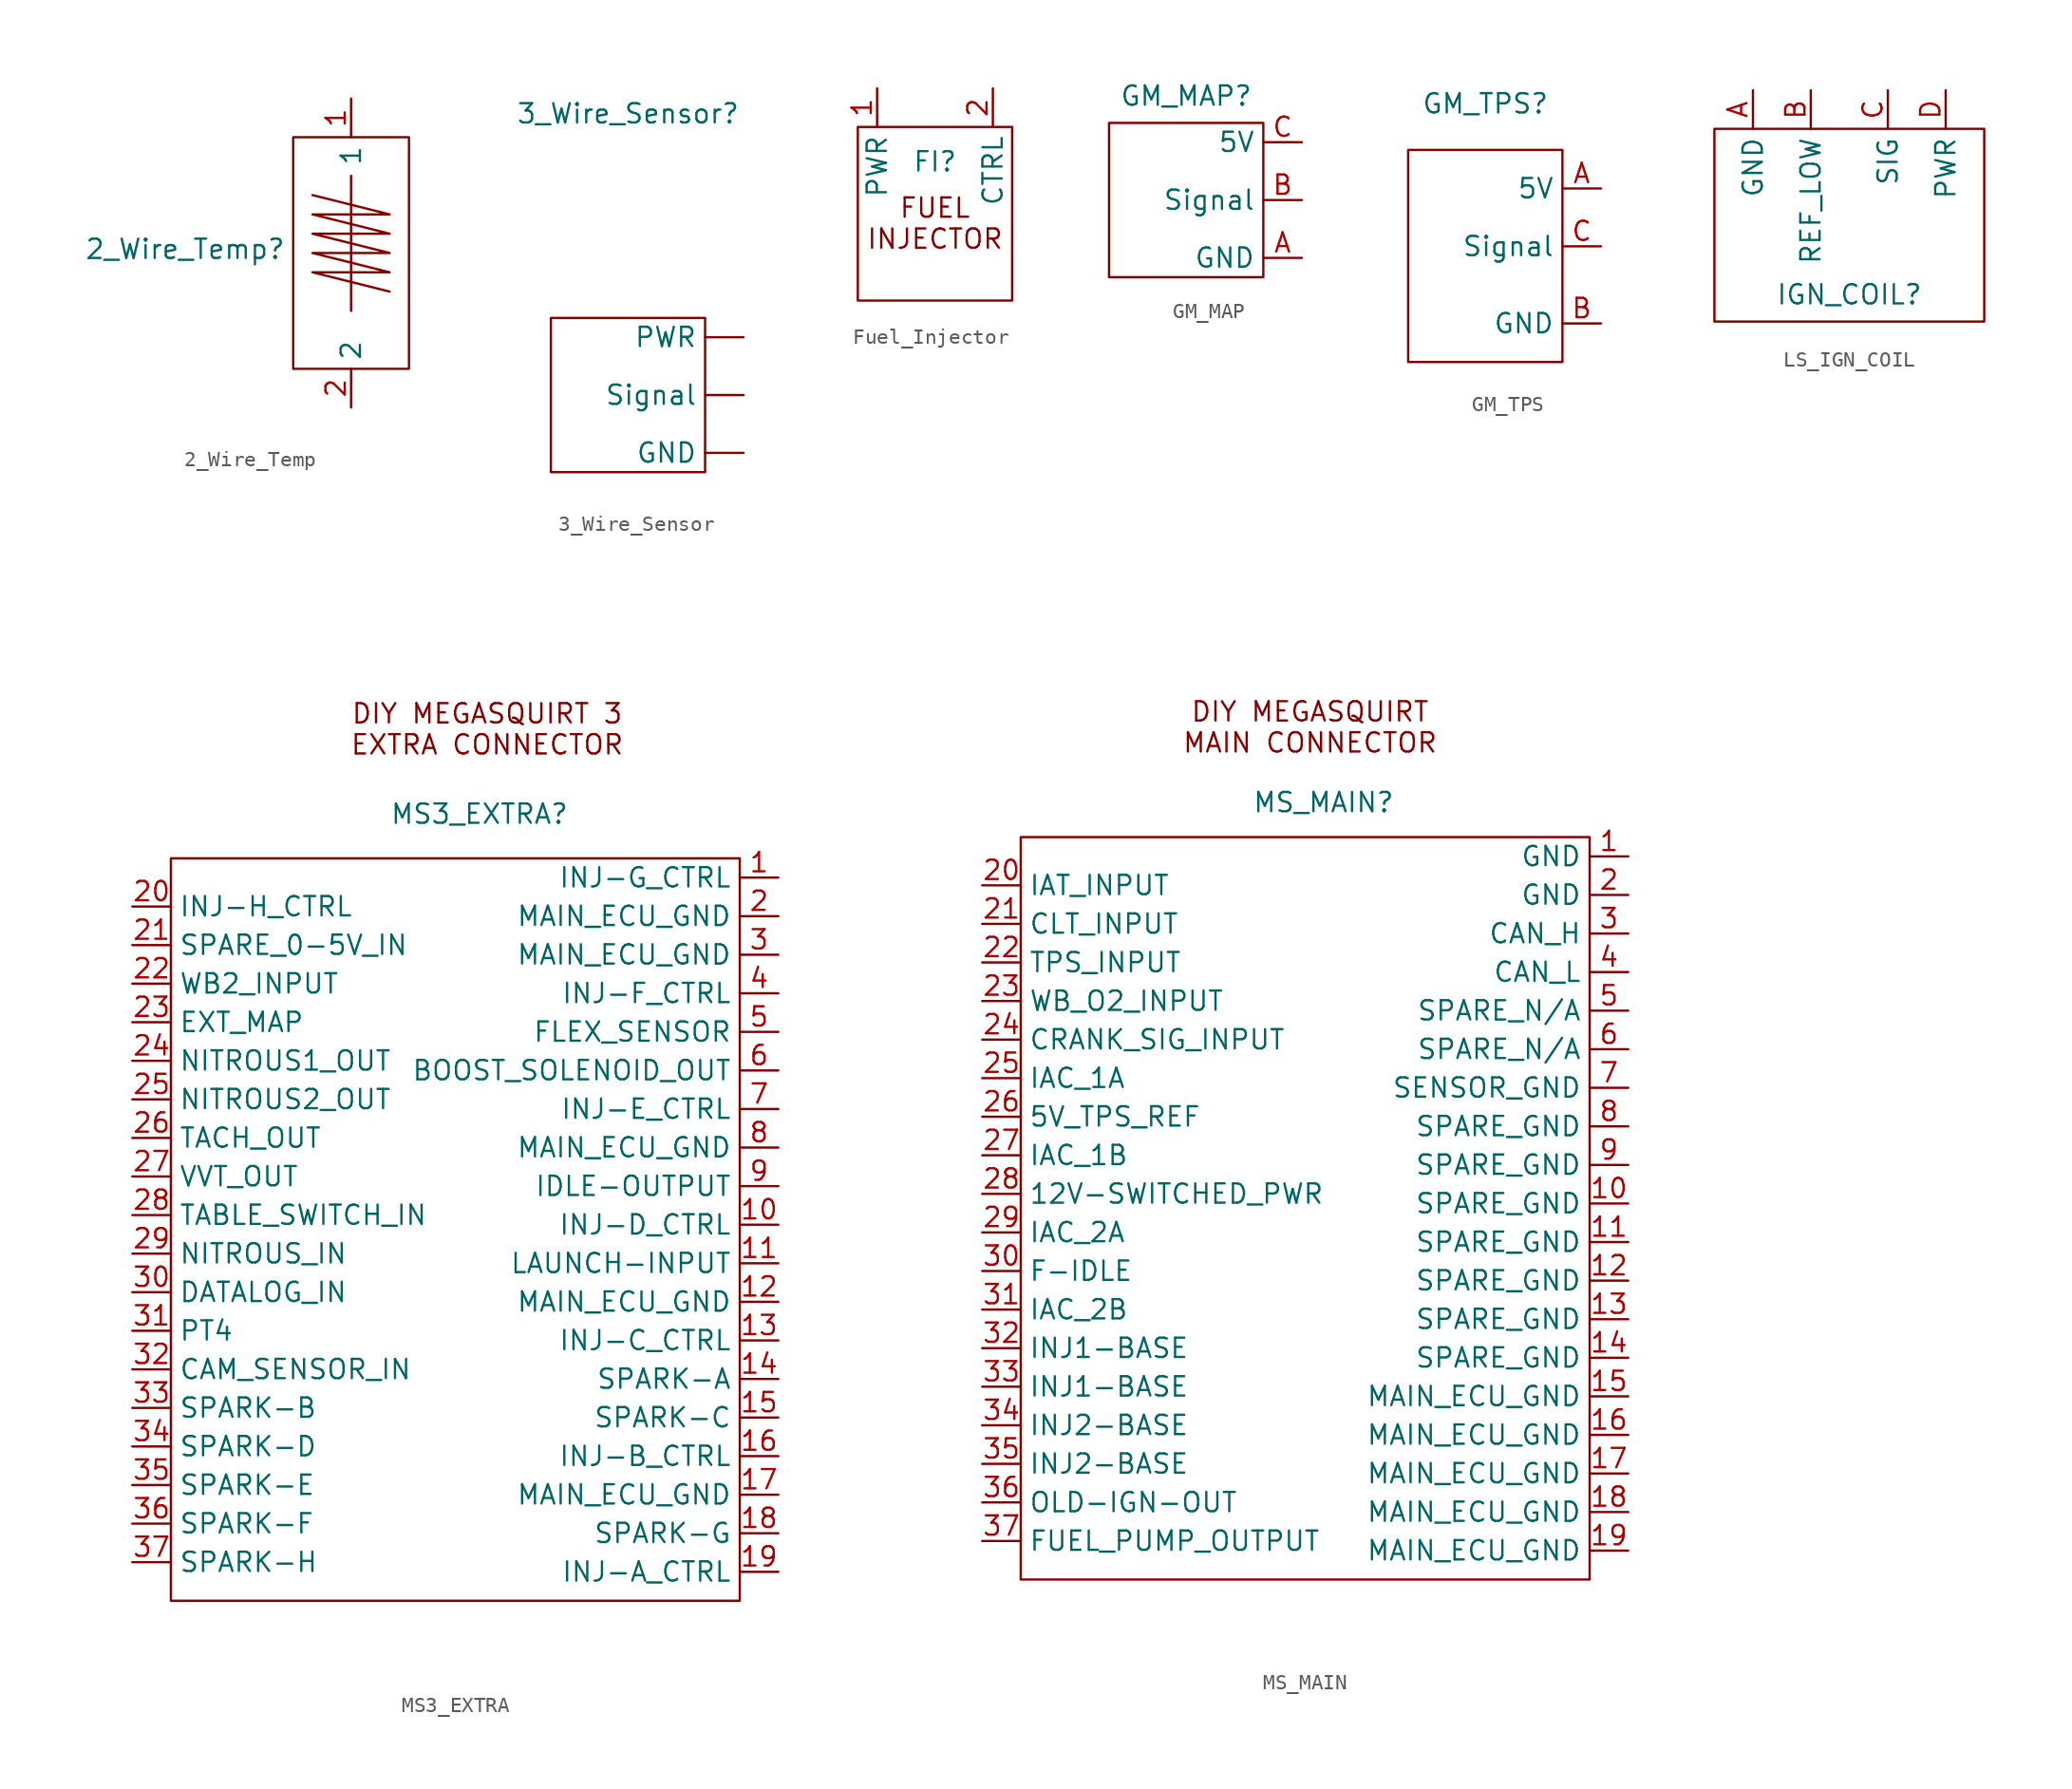
<source format=kicad_sym>
(kicad_symbol_lib
  (version 20241209)
  (generator "kicad_symbol_editor")
  (generator_version "9.0")
  (symbol "2_Wire_Temp"
    (property "Reference" "2_Wire_Temp"
      (at -10.922 0.254 0)
      (effects (font (size 1.27 1.27))))
    (property "Value" ""
      (at 0 0 0)
      (effects (font (size 1.27 1.27))))
    (symbol "2_Wire_Temp_0_1"
      (rectangle (start -3.81 7.62) (end 3.81 -7.62) (stroke (width 0) (type default)) (fill (type none)))
      (polyline (pts (xy -2.54 3.81) (xy 2.54 2.54) (xy -2.54 2.54) (xy 2.54 1.27) (xy -2.54 1.27) (xy 2.54 0) (xy -2.54 0) (xy 2.54 -1.27) (xy -2.54 -1.27) (xy 2.54 -2.54)) (stroke (width 0) (type default)) (fill (type none)))
      (polyline (pts (xy 0 5.08) (xy 0 -3.81)) (stroke (width 0) (type default)) (fill (type none))))
    (symbol "2_Wire_Temp_1_1"
      (pin input line (at 0 10.16 270) (length 2.54) (name "1" (effects (font (size 1.27 1.27)))) (number "1" (effects (font (size 1.27 1.27)))))
      (pin input line (at 0 -10.16 90) (length 2.54) (name "2" (effects (font (size 1.27 1.27)))) (number "2" (effects (font (size 1.27 1.27)))))))
  (symbol "3_Wire_Sensor"
    (property "Reference" "3_Wire_Sensor"
      (at 0 18.542 0)
      (effects (font (size 1.27 1.27))))
    (property "Value" ""
      (at 0 0 0)
      (effects (font (size 1.27 1.27))))
    (symbol "3_Wire_Sensor_0_1"
      (rectangle (start -5.08 5.08) (end 5.08 -5.08) (stroke (width 0) (type default)) (fill (type none))))
    (symbol "3_Wire_Sensor_1_1"
      (pin input line (at 7.62 3.81 180) (length 2.54) (name "PWR" (effects (font (size 1.27 1.27)))) (number "" (effects (font (size 1.27 1.27)))))
      (pin input line (at 7.62 0 180) (length 2.54) (name "Signal" (effects (font (size 1.27 1.27)))) (number "" (effects (font (size 1.27 1.27)))))
      (pin input line (at 7.62 -3.81 180) (length 2.54) (name "GND" (effects (font (size 1.27 1.27)))) (number "" (effects (font (size 1.27 1.27)))))))
  (symbol "Fuel_Injector"
    (property "Reference" "FI"
      (at 0 2.794 0)
      (effects (font (size 1.27 1.27))))
    (property "Value" ""
      (at 0 0 0)
      (effects (font (size 1.27 1.27))))
    (symbol "Fuel_Injector_0_1"
      (rectangle (start -5.08 5.08) (end 5.08 -6.35) (stroke (width 0) (type default)) (fill (type none))))
    (symbol "Fuel_Injector_1_1"
      (text "FUEL\nINJECTOR" (at 0 -1.27 0) (effects (font (size 1.27 1.27))))
      (pin input line (at -3.81 7.62 270) (length 2.54) (name "PWR" (effects (font (size 1.27 1.27)))) (number "1" (effects (font (size 1.27 1.27)))))
      (pin input line (at 3.81 7.62 270) (length 2.54) (name "CTRL" (effects (font (size 1.27 1.27)))) (number "2" (effects (font (size 1.27 1.27)))))))
  (symbol "GM_MAP"
    (property "Reference" "GM_MAP"
      (at 0 6.858 0)
      (effects (font (size 1.27 1.27))))
    (property "Value" ""
      (at 0 0 0)
      (effects (font (size 1.27 1.27))))
    (symbol "GM_MAP_0_1"
      (rectangle (start -5.08 5.08) (end 5.08 -5.08) (stroke (width 0) (type default)) (fill (type none))))
    (symbol "GM_MAP_1_1"
      (pin input line (at 7.62 3.81 180) (length 2.54) (name "5V" (effects (font (size 1.27 1.27)))) (number "C" (effects (font (size 1.27 1.27)))))
      (pin input line (at 7.62 0 180) (length 2.54) (name "Signal" (effects (font (size 1.27 1.27)))) (number "B" (effects (font (size 1.27 1.27)))))
      (pin input line (at 7.62 -3.81 180) (length 2.54) (name "GND" (effects (font (size 1.27 1.27)))) (number "A" (effects (font (size 1.27 1.27)))))))
  (symbol "GM_TPS"
    (property "Reference" "GM_TPS"
      (at 0 9.398 0)
      (effects (font (size 1.27 1.27))))
    (property "Value" ""
      (at 0 0 0)
      (effects (font (size 1.27 1.27))))
    (symbol "GM_TPS_0_1"
      (rectangle (start -5.08 6.35) (end 5.08 -7.62) (stroke (width 0) (type default)) (fill (type none))))
    (symbol "GM_TPS_1_1"
      (pin input line (at 7.62 3.81 180) (length 2.54) (name "5V" (effects (font (size 1.27 1.27)))) (number "A" (effects (font (size 1.27 1.27)))))
      (pin input line (at 7.62 0 180) (length 2.54) (name "Signal" (effects (font (size 1.27 1.27)))) (number "C" (effects (font (size 1.27 1.27)))))
      (pin input line (at 7.62 -5.08 180) (length 2.54) (name "GND" (effects (font (size 1.27 1.27)))) (number "B" (effects (font (size 1.27 1.27)))))))
  (symbol "LS_IGN_COIL"
    (property "Reference" "IGN_COIL"
      (at 0 -4.572 0)
      (effects (font (size 1.27 1.27))))
    (property "Value" ""
      (at 0 0 0)
      (effects (font (size 1.27 1.27))))
    (symbol "LS_IGN_COIL_0_1"
      (rectangle (start -8.89 6.35) (end 8.89 -6.35) (stroke (width 0) (type default)) (fill (type none))))
    (symbol "LS_IGN_COIL_1_1"
      (pin input line (at -6.35 8.89 270) (length 2.54) (name "GND" (effects (font (size 1.27 1.27)))) (number "A" (effects (font (size 1.27 1.27)))))
      (pin input line (at -2.54 8.89 270) (length 2.54) (name "REF_LOW" (effects (font (size 1.27 1.27)))) (number "B" (effects (font (size 1.27 1.27)))))
      (pin input line (at 2.54 8.89 270) (length 2.54) (name "SIG" (effects (font (size 1.27 1.27)))) (number "C" (effects (font (size 1.27 1.27)))))
      (pin input line (at 6.35 8.89 270) (length 2.54) (name "PWR" (effects (font (size 1.27 1.27)))) (number "D" (effects (font (size 1.27 1.27)))))))
  (symbol "MS3_EXTRA"
    (property "Reference" "MS3_EXTRA"
      (at 0 27.686 0)
      (effects (font (size 1.27 1.27))))
    (property "Value" ""
      (at 0 0 0)
      (effects (font (size 1.27 1.27))))
    (symbol "MS3_EXTRA_0_1"
      (rectangle (start -20.32 24.765) (end 17.145 -24.13) (stroke (width 0) (type default)) (fill (type none))))
    (symbol "MS3_EXTRA_1_1"
      (text "DIY MEGASQUIRT 3\nEXTRA CONNECTOR" (at 0.508 33.274 0) (effects (font (size 1.27 1.27))))
      (pin input line (at -22.86 21.59 0) (length 2.54) (name "INJ-H_CTRL" (effects (font (size 1.27 1.27)))) (number "20" (effects (font (size 1.27 1.27)))))
      (pin input line (at -22.86 19.05 0) (length 2.54) (name "SPARE_0-5V_IN" (effects (font (size 1.27 1.27)))) (number "21" (effects (font (size 1.27 1.27)))))
      (pin input line (at -22.86 16.51 0) (length 2.54) (name "WB2_INPUT" (effects (font (size 1.27 1.27)))) (number "22" (effects (font (size 1.27 1.27)))))
      (pin input line (at -22.86 13.97 0) (length 2.54) (name "EXT_MAP" (effects (font (size 1.27 1.27)))) (number "23" (effects (font (size 1.27 1.27)))))
      (pin input line (at -22.86 11.43 0) (length 2.54) (name "NITROUS1_OUT" (effects (font (size 1.27 1.27)))) (number "24" (effects (font (size 1.27 1.27)))))
      (pin input line (at -22.86 8.89 0) (length 2.54) (name "NITROUS2_OUT" (effects (font (size 1.27 1.27)))) (number "25" (effects (font (size 1.27 1.27)))))
      (pin input line (at -22.86 6.35 0) (length 2.54) (name "TACH_OUT" (effects (font (size 1.27 1.27)))) (number "26" (effects (font (size 1.27 1.27)))))
      (pin input line (at -22.86 3.81 0) (length 2.54) (name "VVT_OUT" (effects (font (size 1.27 1.27)))) (number "27" (effects (font (size 1.27 1.27)))))
      (pin input line (at -22.86 1.27 0) (length 2.54) (name "TABLE_SWITCH_IN" (effects (font (size 1.27 1.27)))) (number "28" (effects (font (size 1.27 1.27)))))
      (pin input line (at -22.86 -1.27 0) (length 2.54) (name "NITROUS_IN" (effects (font (size 1.27 1.27)))) (number "29" (effects (font (size 1.27 1.27)))))
      (pin input line (at -22.86 -3.81 0) (length 2.54) (name "DATALOG_IN" (effects (font (size 1.27 1.27)))) (number "30" (effects (font (size 1.27 1.27)))))
      (pin input line (at -22.86 -6.35 0) (length 2.54) (name "PT4" (effects (font (size 1.27 1.27)))) (number "31" (effects (font (size 1.27 1.27)))))
      (pin input line (at -22.86 -8.89 0) (length 2.54) (name "CAM_SENSOR_IN" (effects (font (size 1.27 1.27)))) (number "32" (effects (font (size 1.27 1.27)))))
      (pin input line (at -22.86 -11.43 0) (length 2.54) (name "SPARK-B" (effects (font (size 1.27 1.27)))) (number "33" (effects (font (size 1.27 1.27)))))
      (pin input line (at -22.86 -13.97 0) (length 2.54) (name "SPARK-D" (effects (font (size 1.27 1.27)))) (number "34" (effects (font (size 1.27 1.27)))))
      (pin input line (at -22.86 -16.51 0) (length 2.54) (name "SPARK-E" (effects (font (size 1.27 1.27)))) (number "35" (effects (font (size 1.27 1.27)))))
      (pin input line (at -22.86 -19.05 0) (length 2.54) (name "SPARK-F" (effects (font (size 1.27 1.27)))) (number "36" (effects (font (size 1.27 1.27)))))
      (pin input line (at -22.86 -21.59 0) (length 2.54) (name "SPARK-H" (effects (font (size 1.27 1.27)))) (number "37" (effects (font (size 1.27 1.27)))))
      (pin input line (at 19.685 23.495 180) (length 2.54) (name "INJ-G_CTRL" (effects (font (size 1.27 1.27)))) (number "1" (effects (font (size 1.27 1.27)))))
      (pin input line (at 19.685 20.955 180) (length 2.54) (name "MAIN_ECU_GND" (effects (font (size 1.27 1.27)))) (number "2" (effects (font (size 1.27 1.27)))))
      (pin input line (at 19.685 18.415 180) (length 2.54) (name "MAIN_ECU_GND" (effects (font (size 1.27 1.27)))) (number "3" (effects (font (size 1.27 1.27)))))
      (pin input line (at 19.685 15.875 180) (length 2.54) (name "INJ-F_CTRL" (effects (font (size 1.27 1.27)))) (number "4" (effects (font (size 1.27 1.27)))))
      (pin input line (at 19.685 13.335 180) (length 2.54) (name "FLEX_SENSOR" (effects (font (size 1.27 1.27)))) (number "5" (effects (font (size 1.27 1.27)))))
      (pin input line (at 19.685 10.795 180) (length 2.54) (name "BOOST_SOLENOID_OUT" (effects (font (size 1.27 1.27)))) (number "6" (effects (font (size 1.27 1.27)))))
      (pin input line (at 19.685 8.255 180) (length 2.54) (name "INJ-E_CTRL" (effects (font (size 1.27 1.27)))) (number "7" (effects (font (size 1.27 1.27)))))
      (pin input line (at 19.685 5.715 180) (length 2.54) (name "MAIN_ECU_GND" (effects (font (size 1.27 1.27)))) (number "8" (effects (font (size 1.27 1.27)))))
      (pin input line (at 19.685 3.175 180) (length 2.54) (name "IDLE-OUTPUT" (effects (font (size 1.27 1.27)))) (number "9" (effects (font (size 1.27 1.27)))))
      (pin input line (at 19.685 0.635 180) (length 2.54) (name "INJ-D_CTRL" (effects (font (size 1.27 1.27)))) (number "10" (effects (font (size 1.27 1.27)))))
      (pin input line (at 19.685 -1.905 180) (length 2.54) (name "LAUNCH-INPUT" (effects (font (size 1.27 1.27)))) (number "11" (effects (font (size 1.27 1.27)))))
      (pin input line (at 19.685 -4.445 180) (length 2.54) (name "MAIN_ECU_GND" (effects (font (size 1.27 1.27)))) (number "12" (effects (font (size 1.27 1.27)))))
      (pin input line (at 19.685 -6.985 180) (length 2.54) (name "INJ-C_CTRL" (effects (font (size 1.27 1.27)))) (number "13" (effects (font (size 1.27 1.27)))))
      (pin input line (at 19.685 -9.525 180) (length 2.54) (name "SPARK-A" (effects (font (size 1.27 1.27)))) (number "14" (effects (font (size 1.27 1.27)))))
      (pin input line (at 19.685 -12.065 180) (length 2.54) (name "SPARK-C" (effects (font (size 1.27 1.27)))) (number "15" (effects (font (size 1.27 1.27)))))
      (pin input line (at 19.685 -14.605 180) (length 2.54) (name "INJ-B_CTRL" (effects (font (size 1.27 1.27)))) (number "16" (effects (font (size 1.27 1.27)))))
      (pin input line (at 19.685 -17.145 180) (length 2.54) (name "MAIN_ECU_GND" (effects (font (size 1.27 1.27)))) (number "17" (effects (font (size 1.27 1.27)))))
      (pin input line (at 19.685 -19.685 180) (length 2.54) (name "SPARK-G" (effects (font (size 1.27 1.27)))) (number "18" (effects (font (size 1.27 1.27)))))
      (pin input line (at 19.685 -22.225 180) (length 2.54) (name "INJ-A_CTRL" (effects (font (size 1.27 1.27)))) (number "19" (effects (font (size 1.27 1.27)))))))
  (symbol "MS_MAIN"
    (property "Reference" "MS_MAIN"
      (at 0.889 25.781 0)
      (effects (font (size 1.27 1.27))))
    (property "Value" ""
      (at 0 0 0)
      (effects (font (size 1.27 1.27))))
    (symbol "MS_MAIN_0_1"
      (rectangle (start -19.05 23.495) (end 18.415 -25.4) (stroke (width 0) (type default)) (fill (type none))))
    (symbol "MS_MAIN_1_1"
      (text "DIY MEGASQUIRT\nMAIN CONNECTOR" (at 0 30.734 0) (effects (font (size 1.27 1.27))))
      (pin input line (at -21.59 20.32 0) (length 2.54) (name "IAT_INPUT" (effects (font (size 1.27 1.27)))) (number "20" (effects (font (size 1.27 1.27)))))
      (pin input line (at -21.59 17.78 0) (length 2.54) (name "CLT_INPUT" (effects (font (size 1.27 1.27)))) (number "21" (effects (font (size 1.27 1.27)))))
      (pin input line (at -21.59 15.24 0) (length 2.54) (name "TPS_INPUT" (effects (font (size 1.27 1.27)))) (number "22" (effects (font (size 1.27 1.27)))))
      (pin input line (at -21.59 12.7 0) (length 2.54) (name "WB_O2_INPUT" (effects (font (size 1.27 1.27)))) (number "23" (effects (font (size 1.27 1.27)))))
      (pin input line (at -21.59 10.16 0) (length 2.54) (name "CRANK_SIG_INPUT" (effects (font (size 1.27 1.27)))) (number "24" (effects (font (size 1.27 1.27)))))
      (pin input line (at -21.59 7.62 0) (length 2.54) (name "IAC_1A" (effects (font (size 1.27 1.27)))) (number "25" (effects (font (size 1.27 1.27)))))
      (pin input line (at -21.59 5.08 0) (length 2.54) (name "5V_TPS_REF" (effects (font (size 1.27 1.27)))) (number "26" (effects (font (size 1.27 1.27)))))
      (pin input line (at -21.59 2.54 0) (length 2.54) (name "IAC_1B" (effects (font (size 1.27 1.27)))) (number "27" (effects (font (size 1.27 1.27)))))
      (pin input line (at -21.59 0 0) (length 2.54) (name "12V-SWITCHED_PWR" (effects (font (size 1.27 1.27)))) (number "28" (effects (font (size 1.27 1.27)))))
      (pin input line (at -21.59 -2.54 0) (length 2.54) (name "IAC_2A" (effects (font (size 1.27 1.27)))) (number "29" (effects (font (size 1.27 1.27)))))
      (pin input line (at -21.59 -5.08 0) (length 2.54) (name "F-IDLE" (effects (font (size 1.27 1.27)))) (number "30" (effects (font (size 1.27 1.27)))))
      (pin input line (at -21.59 -7.62 0) (length 2.54) (name "IAC_2B" (effects (font (size 1.27 1.27)))) (number "31" (effects (font (size 1.27 1.27)))))
      (pin input line (at -21.59 -10.16 0) (length 2.54) (name "INJ1-BASE" (effects (font (size 1.27 1.27)))) (number "32" (effects (font (size 1.27 1.27)))))
      (pin input line (at -21.59 -12.7 0) (length 2.54) (name "INJ1-BASE" (effects (font (size 1.27 1.27)))) (number "33" (effects (font (size 1.27 1.27)))))
      (pin input line (at -21.59 -15.24 0) (length 2.54) (name "INJ2-BASE" (effects (font (size 1.27 1.27)))) (number "34" (effects (font (size 1.27 1.27)))))
      (pin input line (at -21.59 -17.78 0) (length 2.54) (name "INJ2-BASE" (effects (font (size 1.27 1.27)))) (number "35" (effects (font (size 1.27 1.27)))))
      (pin input line (at -21.59 -20.32 0) (length 2.54) (name "OLD-IGN-OUT" (effects (font (size 1.27 1.27)))) (number "36" (effects (font (size 1.27 1.27)))))
      (pin input line (at -21.59 -22.86 0) (length 2.54) (name "FUEL_PUMP_OUTPUT" (effects (font (size 1.27 1.27)))) (number "37" (effects (font (size 1.27 1.27)))))
      (pin input line (at 20.955 22.225 180) (length 2.54) (name "GND" (effects (font (size 1.27 1.27)))) (number "1" (effects (font (size 1.27 1.27)))))
      (pin input line (at 20.955 19.685 180) (length 2.54) (name "GND" (effects (font (size 1.27 1.27)))) (number "2" (effects (font (size 1.27 1.27)))))
      (pin input line (at 20.955 17.145 180) (length 2.54) (name "CAN_H" (effects (font (size 1.27 1.27)))) (number "3" (effects (font (size 1.27 1.27)))))
      (pin input line (at 20.955 14.605 180) (length 2.54) (name "CAN_L" (effects (font (size 1.27 1.27)))) (number "4" (effects (font (size 1.27 1.27)))))
      (pin input line (at 20.955 12.065 180) (length 2.54) (name "SPARE_N/A" (effects (font (size 1.27 1.27)))) (number "5" (effects (font (size 1.27 1.27)))))
      (pin input line (at 20.955 9.525 180) (length 2.54) (name "SPARE_N/A" (effects (font (size 1.27 1.27)))) (number "6" (effects (font (size 1.27 1.27)))))
      (pin input line (at 20.955 6.985 180) (length 2.54) (name "SENSOR_GND" (effects (font (size 1.27 1.27)))) (number "7" (effects (font (size 1.27 1.27)))))
      (pin input line (at 20.955 4.445 180) (length 2.54) (name "SPARE_GND" (effects (font (size 1.27 1.27)))) (number "8" (effects (font (size 1.27 1.27)))))
      (pin input line (at 20.955 1.905 180) (length 2.54) (name "SPARE_GND" (effects (font (size 1.27 1.27)))) (number "9" (effects (font (size 1.27 1.27)))))
      (pin input line (at 20.955 -0.635 180) (length 2.54) (name "SPARE_GND" (effects (font (size 1.27 1.27)))) (number "10" (effects (font (size 1.27 1.27)))))
      (pin input line (at 20.955 -3.175 180) (length 2.54) (name "SPARE_GND" (effects (font (size 1.27 1.27)))) (number "11" (effects (font (size 1.27 1.27)))))
      (pin input line (at 20.955 -5.715 180) (length 2.54) (name "SPARE_GND" (effects (font (size 1.27 1.27)))) (number "12" (effects (font (size 1.27 1.27)))))
      (pin input line (at 20.955 -8.255 180) (length 2.54) (name "SPARE_GND" (effects (font (size 1.27 1.27)))) (number "13" (effects (font (size 1.27 1.27)))))
      (pin input line (at 20.955 -10.795 180) (length 2.54) (name "SPARE_GND" (effects (font (size 1.27 1.27)))) (number "14" (effects (font (size 1.27 1.27)))))
      (pin input line (at 20.955 -13.335 180) (length 2.54) (name "MAIN_ECU_GND" (effects (font (size 1.27 1.27)))) (number "15" (effects (font (size 1.27 1.27)))))
      (pin input line (at 20.955 -15.875 180) (length 2.54) (name "MAIN_ECU_GND" (effects (font (size 1.27 1.27)))) (number "16" (effects (font (size 1.27 1.27)))))
      (pin input line (at 20.955 -18.415 180) (length 2.54) (name "MAIN_ECU_GND" (effects (font (size 1.27 1.27)))) (number "17" (effects (font (size 1.27 1.27)))))
      (pin input line (at 20.955 -20.955 180) (length 2.54) (name "MAIN_ECU_GND" (effects (font (size 1.27 1.27)))) (number "18" (effects (font (size 1.27 1.27)))))
      (pin input line (at 20.955 -23.495 180) (length 2.54) (name "MAIN_ECU_GND" (effects (font (size 1.27 1.27)))) (number "19" (effects (font (size 1.27 1.27))))))))
</source>
